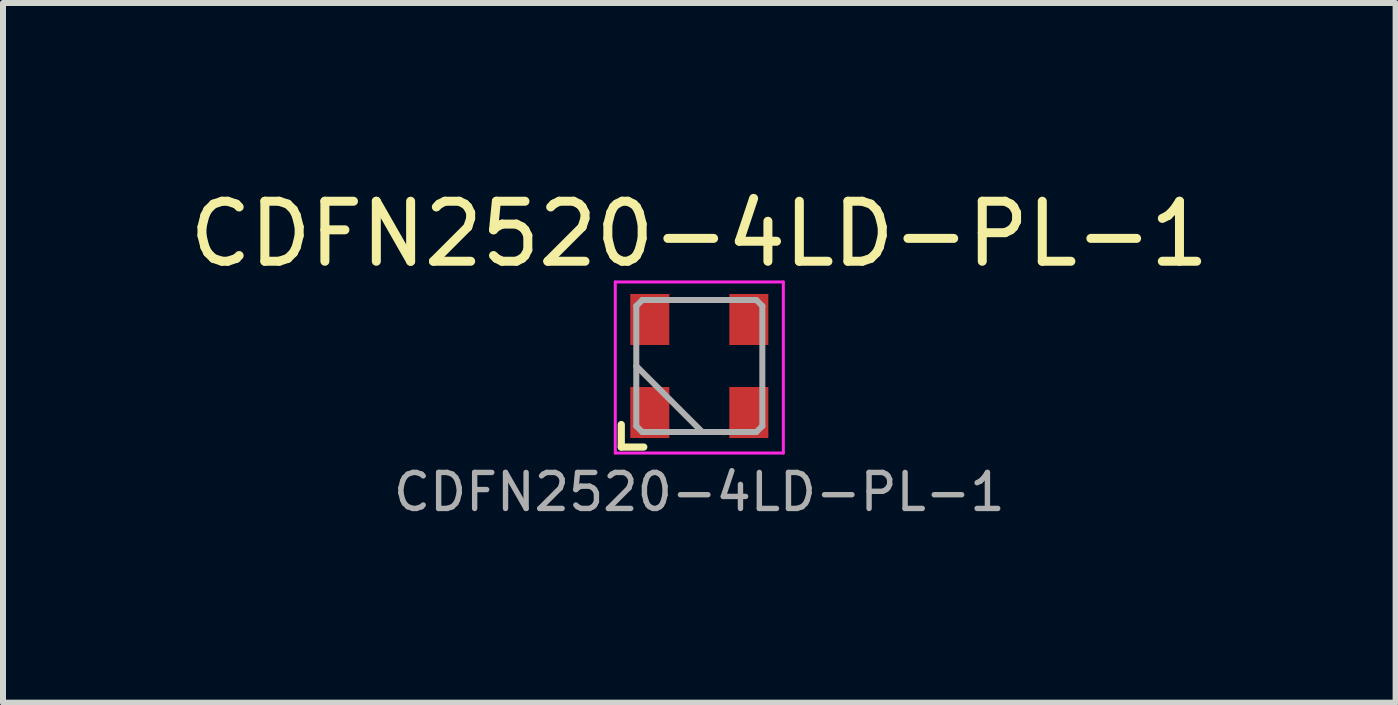
<source format=kicad_pcb>
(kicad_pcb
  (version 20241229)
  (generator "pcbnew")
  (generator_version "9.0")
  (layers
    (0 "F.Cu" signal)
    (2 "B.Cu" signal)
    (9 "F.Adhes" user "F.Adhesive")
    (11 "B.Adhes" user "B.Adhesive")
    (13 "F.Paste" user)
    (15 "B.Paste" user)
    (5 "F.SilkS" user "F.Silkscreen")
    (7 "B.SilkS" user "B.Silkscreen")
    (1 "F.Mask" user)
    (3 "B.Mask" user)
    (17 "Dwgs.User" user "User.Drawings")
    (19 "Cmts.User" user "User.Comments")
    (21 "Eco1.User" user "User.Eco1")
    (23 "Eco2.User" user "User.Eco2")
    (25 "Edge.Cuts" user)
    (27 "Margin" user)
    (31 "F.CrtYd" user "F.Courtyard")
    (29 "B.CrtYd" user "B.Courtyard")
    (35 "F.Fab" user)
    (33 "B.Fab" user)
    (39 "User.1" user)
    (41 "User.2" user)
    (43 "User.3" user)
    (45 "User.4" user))
  (footprint "CDFN2520-4LD-PL-1"
    (layer "F.Cu")
    (at 8.601 3.048)
    (property "Reference" "CDFN2520-4LD-PL-1" (at 0 -2.2 0) (layer "F.SilkS") (effects (font (size 1 1) (thickness 0.15))))
    (attr smd)
    (fp_line (start -1.3 0.975) (end -1.3 1.35) (stroke (width 0.12) (type solid)) (layer "F.SilkS"))
    (fp_line (start -1.3 1.35) (end -0.925 1.35) (stroke (width 0.12) (type solid)) (layer "F.SilkS"))
    (fp_line (start -1.4 -1.4) (end -1.4 1.45) (stroke (width 0.05) (type solid)) (layer "F.CrtYd"))
    (fp_line (start -1.4 1.45) (end 1.4 1.45) (stroke (width 0.05) (type solid)) (layer "F.CrtYd"))
    (fp_line (start 1.4 -1.4) (end -1.4 -1.4) (stroke (width 0.05) (type solid)) (layer "F.CrtYd"))
    (fp_line (start 1.4 1.45) (end 1.4 -1.4) (stroke (width 0.05) (type solid)) (layer "F.CrtYd"))
    (fp_line (start -1.05 -1) (end -0.95 -1.1) (stroke (width 0.1) (type solid)) (layer "F.Fab"))
    (fp_line (start -1.05 0) (end 0.05 1.1) (stroke (width 0.1) (type solid)) (layer "F.Fab"))
    (fp_line (start -1.05 1) (end -1.05 -1) (stroke (width 0.1) (type solid)) (layer "F.Fab"))
    (fp_line (start -0.95 -1.1) (end 0.95 -1.1) (stroke (width 0.1) (type solid)) (layer "F.Fab"))
    (fp_line (start -0.95 1.1) (end -1.05 1) (stroke (width 0.1) (type solid)) (layer "F.Fab"))
    (fp_line (start 0.95 -1.1) (end 1.05 -1) (stroke (width 0.1) (type solid)) (layer "F.Fab"))
    (fp_line (start 0.95 1.1) (end -0.95 1.1) (stroke (width 0.1) (type solid)) (layer "F.Fab"))
    (fp_line (start 1.05 -1) (end 1.05 1) (stroke (width 0.1) (type solid)) (layer "F.Fab"))
    (fp_line (start 1.05 1) (end 0.95 1.1) (stroke (width 0.1) (type solid)) (layer "F.Fab"))
    (fp_text user "${REFERENCE}" (at 0 2.1 0) (layer "F.Fab") (effects (font (size 0.6 0.6) (thickness 0.09))))
    (pad "1" smd rect (at -0.825 0.775 90) (size 0.85 0.65) (layers "F.Cu" "F.Mask" "F.Paste"))
    (pad "2" smd rect (at 0.825 0.775 90) (size 0.85 0.65) (layers "F.Cu" "F.Mask" "F.Paste"))
    (pad "3" smd rect (at 0.825 -0.775 90) (size 0.85 0.65) (layers "F.Cu" "F.Mask" "F.Paste"))
    (pad "4" smd rect (at -0.825 -0.775 90) (size 0.85 0.65) (layers "F.Cu" "F.Mask" "F.Paste")))
  (gr_rect
    (start -3 -3)
    (end 20.202 8.657)
    (stroke (width 0.1) (type default))
    (fill no)
    (layer "Edge.Cuts")))
</source>
